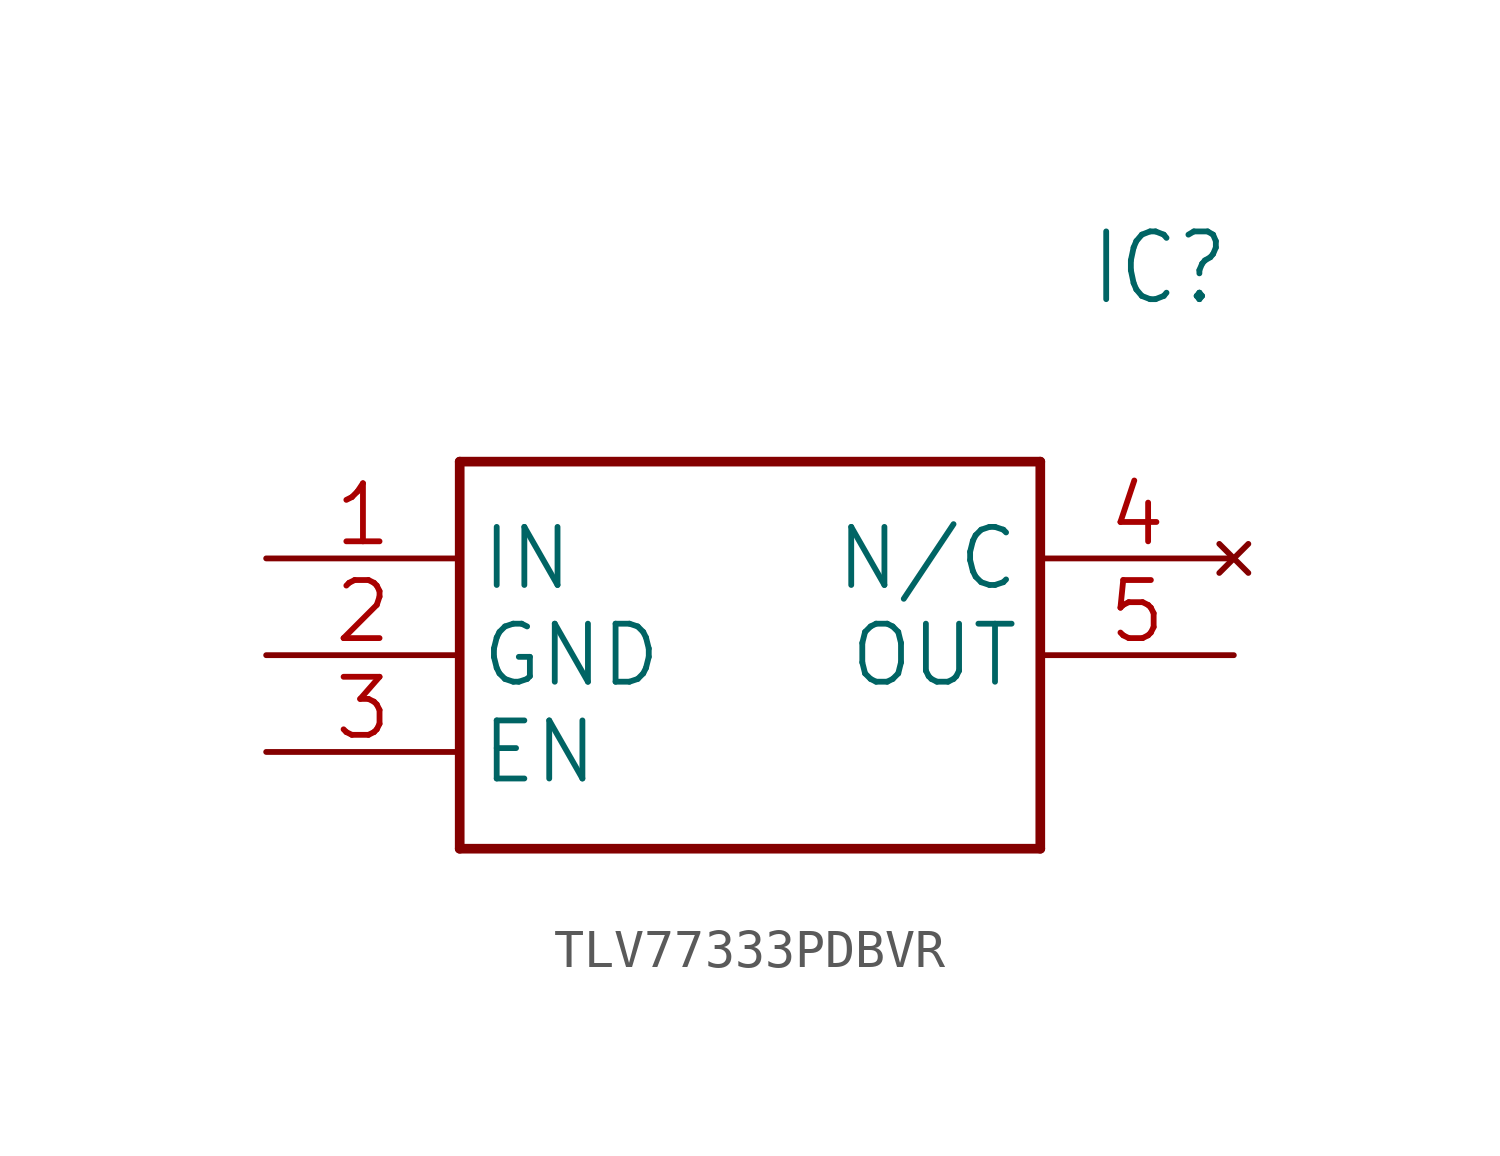
<source format=kicad_sym>
(kicad_symbol_lib
  (version 20241209)
  (generator "kicad_symbol_editor")
  (generator_version "9.0")
  (symbol "TLV77333PDBVR"
    (property "Reference" "IC"
      (at 21.59 7.62 0)
      (effects (font (size 1.778 1.511)) (justify left)))
    (property "Value" ""
      (at 21.59 5.08 0)
      (effects (font (size 1.778 1.511)) (justify left)))
    (property "ki_locked" ""
      (at 0 0 0)
      (effects (font (size 1.27 1.27))))
    (symbol "TLV77333PDBVR_1_0"
      (polyline (pts (xy 5.08 2.54) (xy 5.08 -7.62)) (stroke (width 0.254) (type solid)) (fill (type none)))
      (polyline (pts (xy 5.08 2.54) (xy 20.32 2.54)) (stroke (width 0.254) (type solid)) (fill (type none)))
      (polyline (pts (xy 20.32 -7.62) (xy 5.08 -7.62)) (stroke (width 0.254) (type solid)) (fill (type none)))
      (polyline (pts (xy 20.32 -7.62) (xy 20.32 2.54)) (stroke (width 0.254) (type solid)) (fill (type none)))
      (pin bidirectional line (at 0 0 0) (length 5.08) (name "IN" (effects (font (size 1.524 1.524)))) (number "1" (effects (font (size 1.524 1.524)))))
      (pin bidirectional line (at 0 -2.54 0) (length 5.08) (name "GND" (effects (font (size 1.524 1.524)))) (number "2" (effects (font (size 1.524 1.524)))))
      (pin bidirectional line (at 0 -5.08 0) (length 5.08) (name "EN" (effects (font (size 1.524 1.524)))) (number "3" (effects (font (size 1.524 1.524)))))
      (pin no_connect line (at 25.4 0 180) (length 5.08) (name "N/C" (effects (font (size 1.524 1.524)))) (number "4" (effects (font (size 1.524 1.524)))))
      (pin bidirectional line (at 25.4 -2.54 180) (length 5.08) (name "OUT" (effects (font (size 1.524 1.524)))) (number "5" (effects (font (size 1.524 1.524))))))))
</source>
